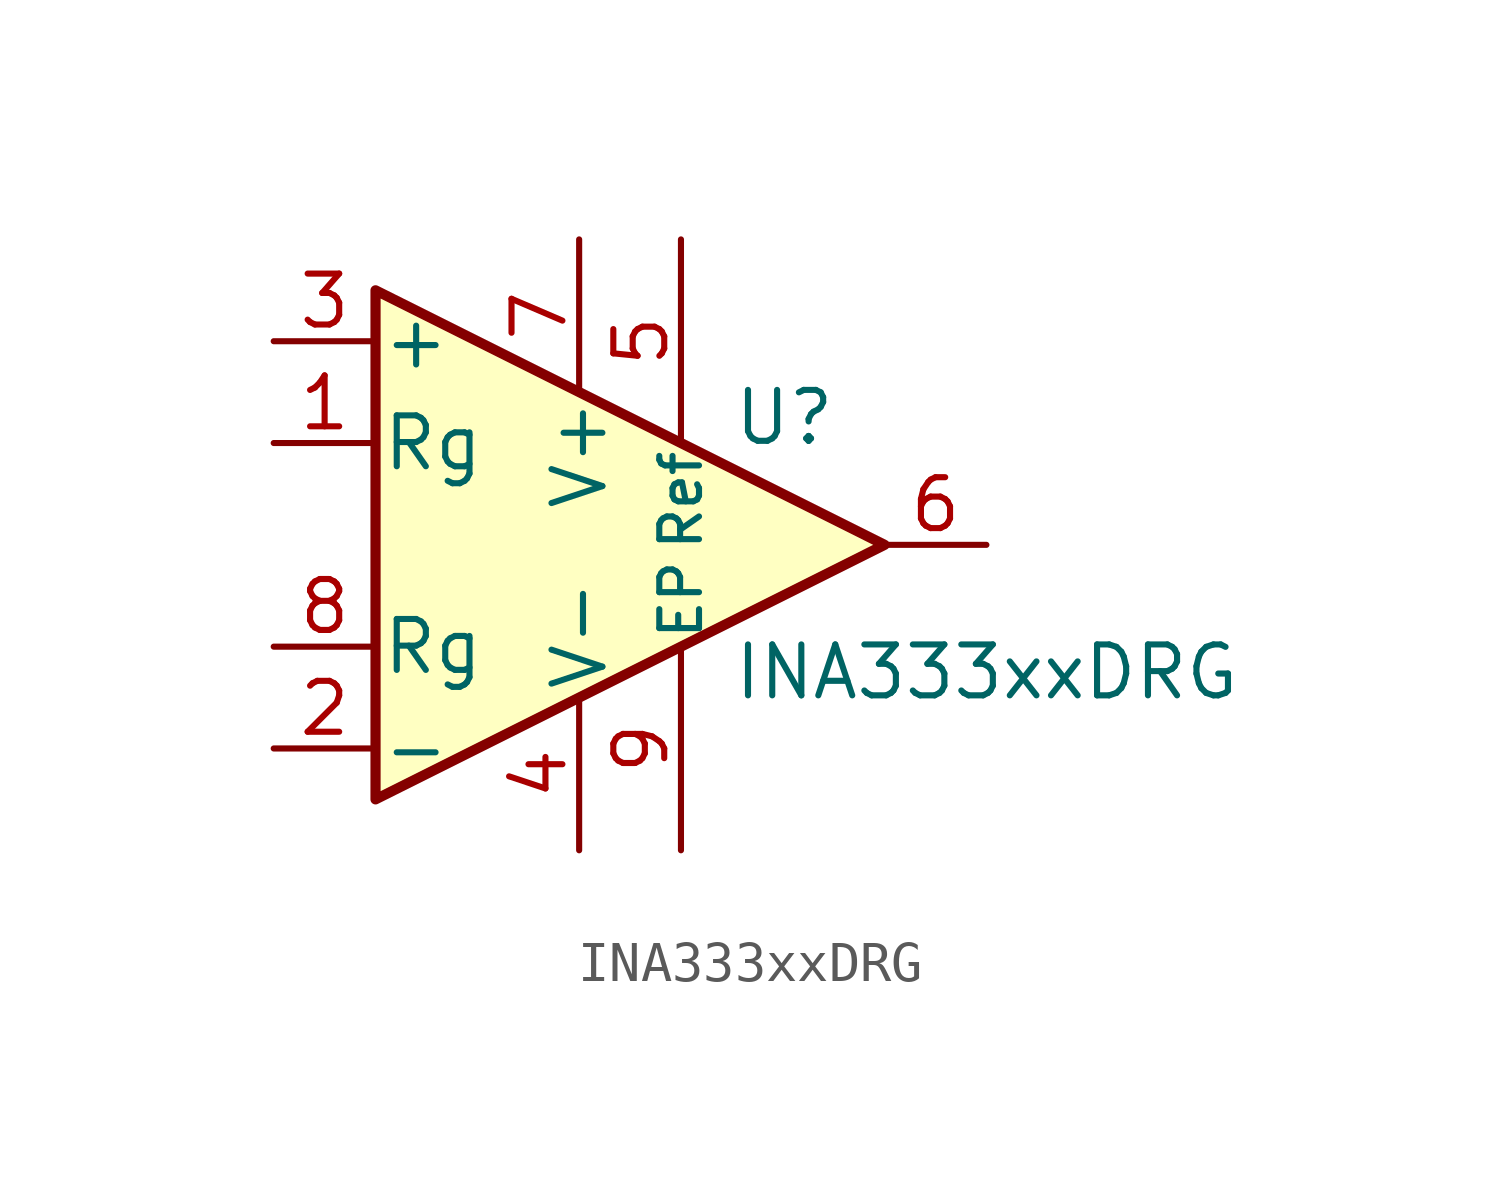
<source format=kicad_sym>
(kicad_symbol_lib
  (version 20211014)
  (generator kicad_symbol_editor)
  (symbol "INA333xxDRG"
    (pin_names
      (offset 0.127))
    (property "Reference" "U"
      (at 3.81 3.175 0)
      (effects (font (size 1.27 1.27)) (justify left)))
    (property "Value" "INA333xxDRG"
      (at 3.81 -3.175 0)
      (effects (font (size 1.27 1.27)) (justify left)))
    (symbol "INA333xxDRG_0_1"
      (polyline (pts (xy 7.62 0) (xy -5.08 6.35) (xy -5.08 -6.35) (xy 7.62 0)) (stroke (width 0.254) (type default) (color 0 0 0 0)) (fill (type background))))
    (symbol "INA333xxDRG_1_1"
      (pin passive line (at -7.62 2.54 0) (length 2.54) (name "Rg" (effects (font (size 1.27 1.27)))) (number "1" (effects (font (size 1.27 1.27)))))
      (pin input line (at -7.62 -5.08 0) (length 2.54) (name "-" (effects (font (size 1.27 1.27)))) (number "2" (effects (font (size 1.27 1.27)))))
      (pin input line (at -7.62 5.08 0) (length 2.54) (name "+" (effects (font (size 1.27 1.27)))) (number "3" (effects (font (size 1.27 1.27)))))
      (pin power_in line (at 0 -7.62 90) (length 3.81) (name "V-" (effects (font (size 1.27 1.27)))) (number "4" (effects (font (size 1.27 1.27)))))
      (pin input line (at 2.54 7.62 270) (length 5.08) (name "Ref" (effects (font (size 0.991 0.991)))) (number "5" (effects (font (size 1.27 1.27)))))
      (pin output line (at 10.16 0 180) (length 2.54) (name "~" (effects (font (size 1.27 1.27)))) (number "6" (effects (font (size 1.27 1.27)))))
      (pin power_in line (at 0 7.62 270) (length 3.81) (name "V+" (effects (font (size 1.27 1.27)))) (number "7" (effects (font (size 1.27 1.27)))))
      (pin passive line (at -7.62 -2.54 0) (length 2.54) (name "Rg" (effects (font (size 1.27 1.27)))) (number "8" (effects (font (size 1.27 1.27)))))
      (pin passive line (at 2.54 -7.62 90) (length 5.08) (name "EP" (effects (font (size 0.991 0.991)))) (number "9" (effects (font (size 1.27 1.27))))))))
</source>
